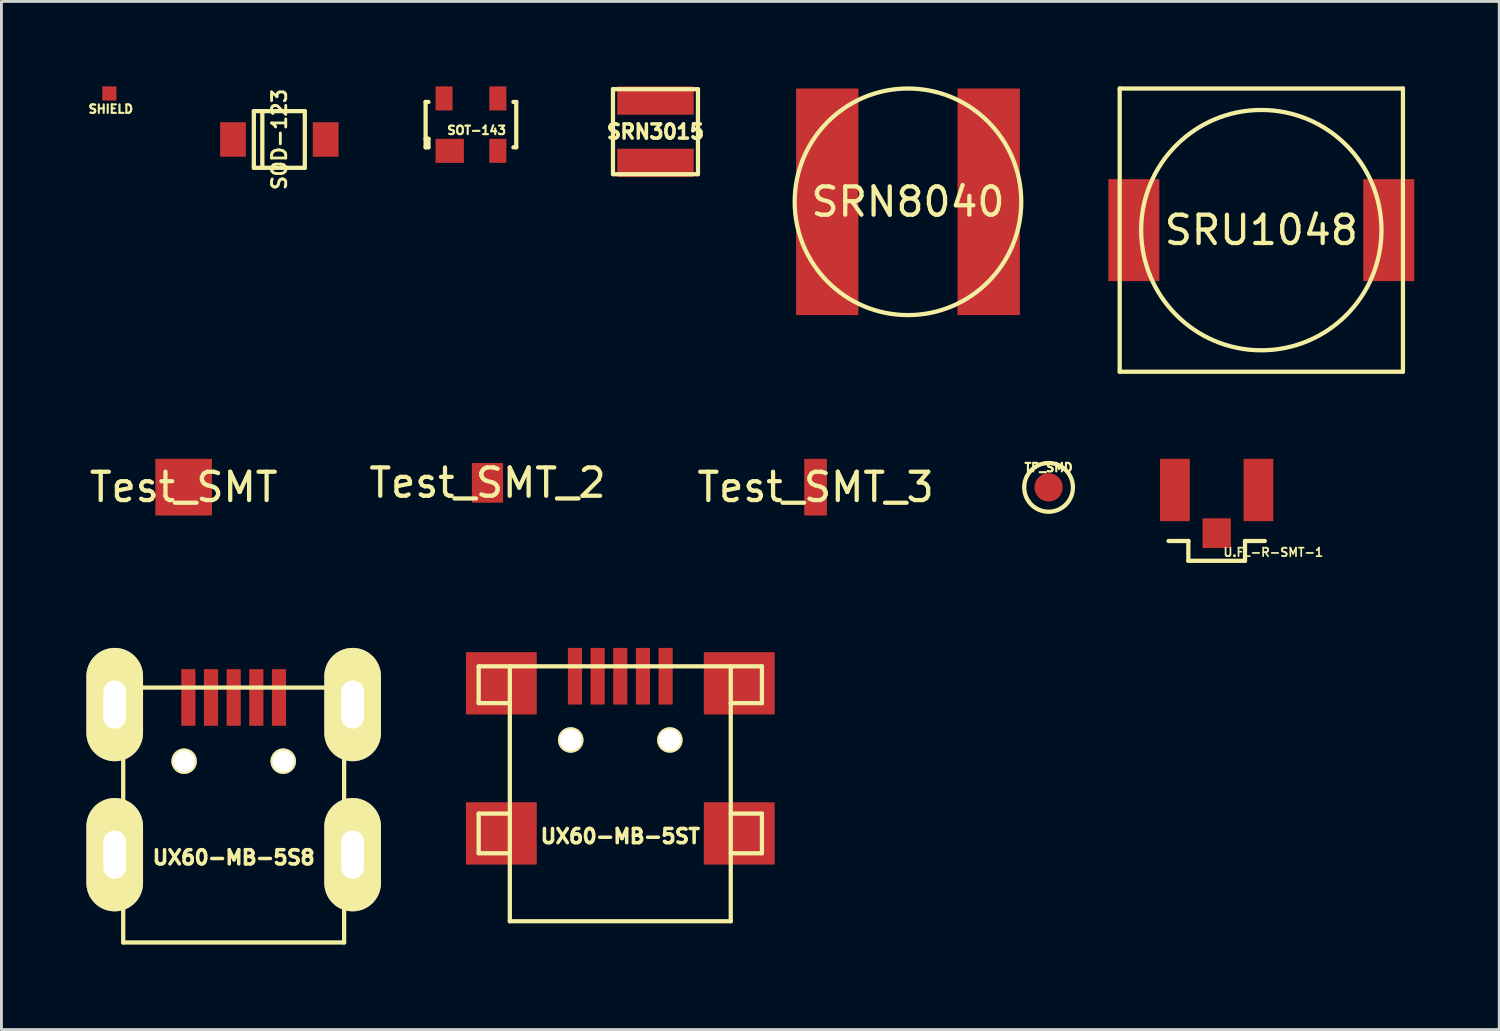
<source format=kicad_pcb>
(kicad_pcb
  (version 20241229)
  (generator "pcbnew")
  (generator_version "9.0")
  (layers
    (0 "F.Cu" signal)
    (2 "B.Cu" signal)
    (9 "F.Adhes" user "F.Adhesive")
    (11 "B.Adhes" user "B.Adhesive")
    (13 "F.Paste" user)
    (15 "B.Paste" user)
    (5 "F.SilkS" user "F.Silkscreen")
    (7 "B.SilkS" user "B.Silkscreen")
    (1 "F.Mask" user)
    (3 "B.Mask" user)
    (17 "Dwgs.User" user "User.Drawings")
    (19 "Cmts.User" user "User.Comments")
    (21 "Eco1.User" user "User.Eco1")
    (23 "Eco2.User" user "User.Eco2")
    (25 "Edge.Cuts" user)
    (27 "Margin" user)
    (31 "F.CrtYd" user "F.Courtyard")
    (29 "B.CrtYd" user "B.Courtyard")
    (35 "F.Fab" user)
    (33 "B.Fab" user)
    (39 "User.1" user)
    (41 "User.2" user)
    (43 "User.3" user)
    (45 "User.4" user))
  (footprint "UX60-MB-5S8"
    (layer "F.Cu")
    (at 5.2 27.125)
    (property "Reference" "UX60-MB-5S8" (at 0 0.1 0) (layer "F.SilkS") (effects (font (size 0.5 0.5) (thickness 0.125))))
    (attr smd)
    (fp_line (start -3.9 -5.9) (end -3.9 3.1) (stroke (width 0.15) (type solid)) (layer "F.SilkS"))
    (fp_line (start -3.9 3.1) (end 3.9 3.1) (stroke (width 0.15) (type solid)) (layer "F.SilkS"))
    (fp_line (start 3.9 -5.9) (end -3.9 -5.9) (stroke (width 0.15) (type solid)) (layer "F.SilkS"))
    (fp_line (start 3.9 3.1) (end 3.9 -5.9) (stroke (width 0.15) (type solid)) (layer "F.SilkS"))
    (pad "" np_thru_hole circle (at -1.75 -3.3) (size 0.9 0.9) (drill 0.762) (layers "*.Cu" "*.Mask" "F.SilkS"))
    (pad "" np_thru_hole circle (at 1.75 -3.3) (size 0.9 0.9) (drill 0.762) (layers "*.Cu" "*.Mask" "F.SilkS"))
    (pad "1" smd rect (at -1.6 -5.55) (size 0.5 2) (layers "F.Cu" "F.Mask" "F.Paste"))
    (pad "2" smd rect (at -0.8 -5.55) (size 0.5 2) (layers "F.Cu" "F.Mask" "F.Paste"))
    (pad "3" smd rect (at 0 -5.55) (size 0.5 2) (layers "F.Cu" "F.Mask" "F.Paste"))
    (pad "4" smd rect (at 0.8 -5.55) (size 0.5 2) (layers "F.Cu" "F.Mask" "F.Paste"))
    (pad "5" smd rect (at 1.6 -5.55) (size 0.5 2) (layers "F.Cu" "F.Mask" "F.Paste"))
    (pad "FIX" thru_hole oval (at -4.2 -5.3) (size 2 4) (drill oval 0.8 1.7) (layers "*.Cu" "*.Mask" "F.SilkS"))
    (pad "FIX" thru_hole oval (at -4.2 0) (size 2 4) (drill oval 0.8 1.7) (layers "*.Cu" "*.Mask" "F.SilkS"))
    (pad "FIX" thru_hole oval (at 4.2 -5.3) (size 2 4) (drill oval 0.8 1.7) (layers "*.Cu" "*.Mask" "F.SilkS"))
    (pad "FIX" thru_hole oval (at 4.2 0) (size 2 4) (drill oval 0.8 1.7) (layers "*.Cu" "*.Mask" "F.SilkS")))
  (footprint "Test_SMT_3"
    (layer "F.Cu")
    (at 25.744 14.15)
    (property "Reference" "Test_SMT_3" (at 0 0 0) (layer "F.SilkS") (effects (font (size 1 1) (thickness 0.15))))
    (attr through_hole)
    (pad "1" smd rect (at 0 0) (size 0.8 2) (layers "F.Cu" "F.Mask")))
  (footprint "SRU1048"
    (layer "F.Cu")
    (at 41.482 5.075)
    (property "Reference" "SRU1048" (at 0 0 0) (layer "F.SilkS") (effects (font (size 1 1) (thickness 0.15))))
    (attr through_hole)
    (fp_line (start -5 -5) (end -5 5) (stroke (width 0.15) (type solid)) (layer "F.SilkS"))
    (fp_line (start -5 5) (end 5 5) (stroke (width 0.15) (type solid)) (layer "F.SilkS"))
    (fp_line (start 5 -5) (end -5 -5) (stroke (width 0.15) (type solid)) (layer "F.SilkS"))
    (fp_line (start 5 5) (end 5 -5) (stroke (width 0.15) (type solid)) (layer "F.SilkS"))
    (fp_circle (center 0 0) (end 3 3) (stroke (width 0.15) (type solid)) (fill no) (layer "F.SilkS"))
    (pad "1" smd rect (at 4.5 0) (size 1.8 3.6) (layers "F.Cu" "F.Mask" "F.Paste"))
    (pad "2" smd rect (at -4.5 0) (size 1.8 3.6) (layers "F.Cu" "F.Mask" "F.Paste")))
  (footprint "SRN3015"
    (layer "F.Cu")
    (at 20.092 1.6)
    (property "Reference" "SRN3015" (at 0 0 0) (layer "F.SilkS") (effects (font (size 0.5 0.5) (thickness 0.125))))
    (attr through_hole)
    (fp_line (start -1.5 -1.5) (end -1.5 1.5) (stroke (width 0.15) (type solid)) (layer "F.SilkS"))
    (fp_line (start -1.5 1.5) (end 1.5 1.5) (stroke (width 0.15) (type solid)) (layer "F.SilkS"))
    (fp_line (start 1.5 -1.5) (end -1.5 -1.5) (stroke (width 0.15) (type solid)) (layer "F.SilkS"))
    (fp_line (start 1.5 1.5) (end 1.5 -1.5) (stroke (width 0.15) (type solid)) (layer "F.SilkS"))
    (pad "1" smd rect (at 0 -1.1) (size 2.7 1) (layers "F.Cu" "F.Mask" "F.Paste"))
    (pad "2" smd rect (at 0 1.1) (size 2.7 1) (layers "F.Cu" "F.Mask" "F.Paste")))
  (footprint "TP_SMD"
    (layer "F.Cu")
    (at 33.971 14.157)
    (property "Reference" "TP_SMD" (at 0 -0.7 0) (layer "F.SilkS") (effects (font (size 0.3 0.3) (thickness 0.075))))
    (attr through_hole)
    (fp_circle (center 0 0) (end 0.5 0.7) (stroke (width 0.15) (type solid)) (fill no) (layer "F.SilkS"))
    (pad "1" smd circle (at 0 0) (size 1 1) (layers "F.Cu" "F.Mask")))
  (footprint "SHIELD"
    (layer "F.Cu")
    (at 1.461 0.825)
    (property "Reference" "SHIELD" (at -0.6 -0.025 0) (layer "F.SilkS") (effects (font (size 0.3 0.3) (thickness 0.075))))
    (attr through_hole)
    (pad "1" smd rect (at -0.65 -0.575) (size 0.5 0.5) (layers "F.Cu")))
  (footprint "Test_SMT"
    (layer "F.Cu")
    (at 3.435 14.15)
    (property "Reference" "Test_SMT" (at 0 0 0) (layer "F.SilkS") (effects (font (size 1 1) (thickness 0.15))))
    (attr through_hole)
    (pad "1" smd rect (at 0 0) (size 2 2) (layers "F.Cu" "F.Mask")))
  (footprint "UX60-MB-5ST"
    (layer "F.Cu")
    (at 18.85 26.375)
    (property "Reference" "UX60-MB-5ST" (at 0 0.1 0) (layer "F.SilkS") (effects (font (size 0.5 0.5) (thickness 0.125))))
    (attr smd)
    (fp_line (start -5 -5.9) (end -5 -4.6) (stroke (width 0.15) (type solid)) (layer "F.SilkS"))
    (fp_line (start -5 -4.6) (end -3.9 -4.6) (stroke (width 0.15) (type solid)) (layer "F.SilkS"))
    (fp_line (start -5 -0.7) (end -5 0.7) (stroke (width 0.15) (type solid)) (layer "F.SilkS"))
    (fp_line (start -5 0.7) (end -3.9 0.7) (stroke (width 0.15) (type solid)) (layer "F.SilkS"))
    (fp_line (start -3.9 -5.9) (end -5 -5.9) (stroke (width 0.15) (type solid)) (layer "F.SilkS"))
    (fp_line (start -3.9 -5.9) (end -3.9 3.1) (stroke (width 0.15) (type solid)) (layer "F.SilkS"))
    (fp_line (start -3.9 -0.7) (end -5 -0.7) (stroke (width 0.15) (type solid)) (layer "F.SilkS"))
    (fp_line (start -3.9 3.1) (end 3.9 3.1) (stroke (width 0.15) (type solid)) (layer "F.SilkS"))
    (fp_line (start 3.9 -5.9) (end -3.9 -5.9) (stroke (width 0.15) (type solid)) (layer "F.SilkS"))
    (fp_line (start 3.9 -5.9) (end 5 -5.9) (stroke (width 0.15) (type solid)) (layer "F.SilkS"))
    (fp_line (start 3.9 -0.7) (end 5 -0.7) (stroke (width 0.15) (type solid)) (layer "F.SilkS"))
    (fp_line (start 3.9 3.1) (end 3.9 -5.9) (stroke (width 0.15) (type solid)) (layer "F.SilkS"))
    (fp_line (start 5 -5.9) (end 5 -4.6) (stroke (width 0.15) (type solid)) (layer "F.SilkS"))
    (fp_line (start 5 -4.6) (end 3.9 -4.6) (stroke (width 0.15) (type solid)) (layer "F.SilkS"))
    (fp_line (start 5 -0.7) (end 5 0.7) (stroke (width 0.15) (type solid)) (layer "F.SilkS"))
    (fp_line (start 5 0.7) (end 3.9 0.7) (stroke (width 0.15) (type solid)) (layer "F.SilkS"))
    (pad "" np_thru_hole circle (at -1.75 -3.3) (size 0.9 0.9) (drill 0.762) (layers "*.Cu" "*.Mask" "F.SilkS"))
    (pad "" np_thru_hole circle (at 1.75 -3.3) (size 0.9 0.9) (drill 0.762) (layers "*.Cu" "*.Mask" "F.SilkS"))
    (pad "1" smd rect (at -1.6 -5.55) (size 0.5 2) (layers "F.Cu" "F.Mask" "F.Paste"))
    (pad "2" smd rect (at -0.8 -5.55) (size 0.5 2) (layers "F.Cu" "F.Mask" "F.Paste"))
    (pad "3" smd rect (at 0 -5.55) (size 0.5 2) (layers "F.Cu" "F.Mask" "F.Paste"))
    (pad "4" smd rect (at 0.8 -5.55) (size 0.5 2) (layers "F.Cu" "F.Mask" "F.Paste"))
    (pad "5" smd rect (at 1.6 -5.55) (size 0.5 2) (layers "F.Cu" "F.Mask" "F.Paste"))
    (pad "FIX" smd rect (at -4.2 -5.3) (size 2.5 2.2) (layers "F.Cu" "F.Mask" "F.Paste"))
    (pad "FIX" smd rect (at -4.2 0) (size 2.5 2.2) (layers "F.Cu" "F.Mask" "F.Paste"))
    (pad "FIX" smd rect (at 4.2 -5.3) (size 2.5 2.2) (layers "F.Cu" "F.Mask" "F.Paste"))
    (pad "FIX" smd rect (at 4.2 0) (size 2.5 2.2) (layers "F.Cu" "F.Mask" "F.Paste")))
  (footprint "Test_SMT_2"
    (layer "F.Cu")
    (at 14.161 13.998)
    (property "Reference" "Test_SMT_2" (at 0 0 0) (layer "F.SilkS") (effects (font (size 1 1) (thickness 0.15))))
    (attr through_hole)
    (pad "1" smd rect (at 0 0) (size 1.1 1.4) (layers "F.Cu" "F.Mask")))
  (footprint "SOT-143"
    (layer "F.Cu")
    (at 13.577 1.35)
    (property "Reference" "SOT-143" (at 0.2 0.2 0) (layer "F.SilkS") (effects (font (size 0.3 0.3) (thickness 0.075))))
    (attr smd)
    (fp_line (start -1.6 -0.8) (end -1.5 -0.8) (stroke (width 0.15) (type solid)) (layer "F.SilkS"))
    (fp_line (start -1.6 0.8) (end -1.6 -0.8) (stroke (width 0.15) (type solid)) (layer "F.SilkS"))
    (fp_line (start -1.5 0.5) (end -1.6 0.5) (stroke (width 0.15) (type solid)) (layer "F.SilkS"))
    (fp_line (start -1.5 0.8) (end -1.6 0.8) (stroke (width 0.15) (type solid)) (layer "F.SilkS"))
    (fp_line (start -1.5 0.8) (end -1.5 0.5) (stroke (width 0.15) (type solid)) (layer "F.SilkS"))
    (fp_line (start 1.5 0.8) (end 1.6 0.8) (stroke (width 0.15) (type solid)) (layer "F.SilkS"))
    (fp_line (start 1.6 -0.8) (end 1.5 -0.8) (stroke (width 0.15) (type solid)) (layer "F.SilkS"))
    (fp_line (start 1.6 0.8) (end 1.6 -0.8) (stroke (width 0.15) (type solid)) (layer "F.SilkS"))
    (pad "1" smd rect (at -0.75 0.925) (size 1 0.85) (layers "F.Cu" "F.Mask" "F.Paste"))
    (pad "2" smd rect (at 0.95 0.925) (size 0.6 0.85) (layers "F.Cu" "F.Mask" "F.Paste"))
    (pad "3" smd rect (at 0.95 -0.925) (size 0.6 0.85) (layers "F.Cu" "F.Mask" "F.Paste"))
    (pad "4" smd rect (at -0.95 -0.925) (size 0.6 0.85) (layers "F.Cu" "F.Mask" "F.Paste")))
  (footprint "SRN8040"
    (layer "F.Cu")
    (at 29.007 4.075)
    (property "Reference" "SRN8040" (at 0 0 0) (layer "F.SilkS") (effects (font (size 1 1) (thickness 0.15))))
    (attr through_hole)
    (fp_circle (center 0 0) (end 0 4) (stroke (width 0.15) (type solid)) (fill no) (layer "F.SilkS"))
    (pad "1" smd rect (at -2.85 0) (size 2.2 8) (layers "F.Cu" "F.Mask" "F.Paste"))
    (pad "2" smd rect (at 2.85 0) (size 2.2 8) (layers "F.Cu" "F.Mask" "F.Paste")))
  (footprint "U.FL-R-SMT-1"
    (layer "F.Cu")
    (at 39.906 14.25)
    (property "Reference" "U.FL-R-SMT-1" (at 2 2.2 0) (layer "F.SilkS") (effects (font (size 0.3 0.3) (thickness 0.06))))
    (attr smd)
    (fp_line (start -1.7 1.8) (end -1.2 1.8) (stroke (width 0.15) (type solid)) (layer "F.SilkS"))
    (fp_line (start -1.2 1.8) (end -1 1.8) (stroke (width 0.15) (type solid)) (layer "F.SilkS"))
    (fp_line (start -1 1.8) (end -1 2.5) (stroke (width 0.15) (type solid)) (layer "F.SilkS"))
    (fp_line (start -1 2.5) (end 1 2.5) (stroke (width 0.15) (type solid)) (layer "F.SilkS"))
    (fp_line (start 1 1.8) (end 1.7 1.8) (stroke (width 0.15) (type solid)) (layer "F.SilkS"))
    (fp_line (start 1 2.5) (end 1 1.8) (stroke (width 0.15) (type solid)) (layer "F.SilkS"))
    (pad "1" smd rect (at 0 1.525) (size 1 1.05) (layers "F.Cu" "F.Mask" "F.Paste"))
    (pad "2" smd rect (at 1.475 0) (size 1.05 2.2) (layers "F.Cu" "F.Mask" "F.Paste"))
    (pad "3" smd rect (at -1.475 0) (size 1.05 2.2) (layers "F.Cu" "F.Mask" "F.Paste")))
  (footprint "SOD-123"
    (layer "F.Cu")
    (at 6.812 1.874)
    (property "Reference" "SOD-123" (at 0 0 90) (layer "F.SilkS") (effects (font (size 0.5 0.5) (thickness 0.1))))
    (attr through_hole)
    (fp_line (start -0.9 -1) (end -0.9 1) (stroke (width 0.15) (type solid)) (layer "F.SilkS"))
    (fp_line (start -0.9 1) (end 0.9 1) (stroke (width 0.15) (type solid)) (layer "F.SilkS"))
    (fp_line (start -0.6 -1) (end -0.6 1) (stroke (width 0.15) (type solid)) (layer "F.SilkS"))
    (fp_line (start 0.9 -1) (end -0.9 -1) (stroke (width 0.15) (type solid)) (layer "F.SilkS"))
    (fp_line (start 0.9 1) (end 0.9 -1) (stroke (width 0.15) (type solid)) (layer "F.SilkS"))
    (pad "A" smd rect (at 1.635 0) (size 0.91 1.22) (layers "F.Cu" "F.Mask" "F.Paste"))
    (pad "K" smd rect (at -1.635 0) (size 0.91 1.22) (layers "F.Cu" "F.Mask" "F.Paste")))
  (gr_rect
    (start -3 -3)
    (end 49.882 33.3)
    (stroke (width 0.1) (type default))
    (fill no)
    (layer "Edge.Cuts")))
</source>
